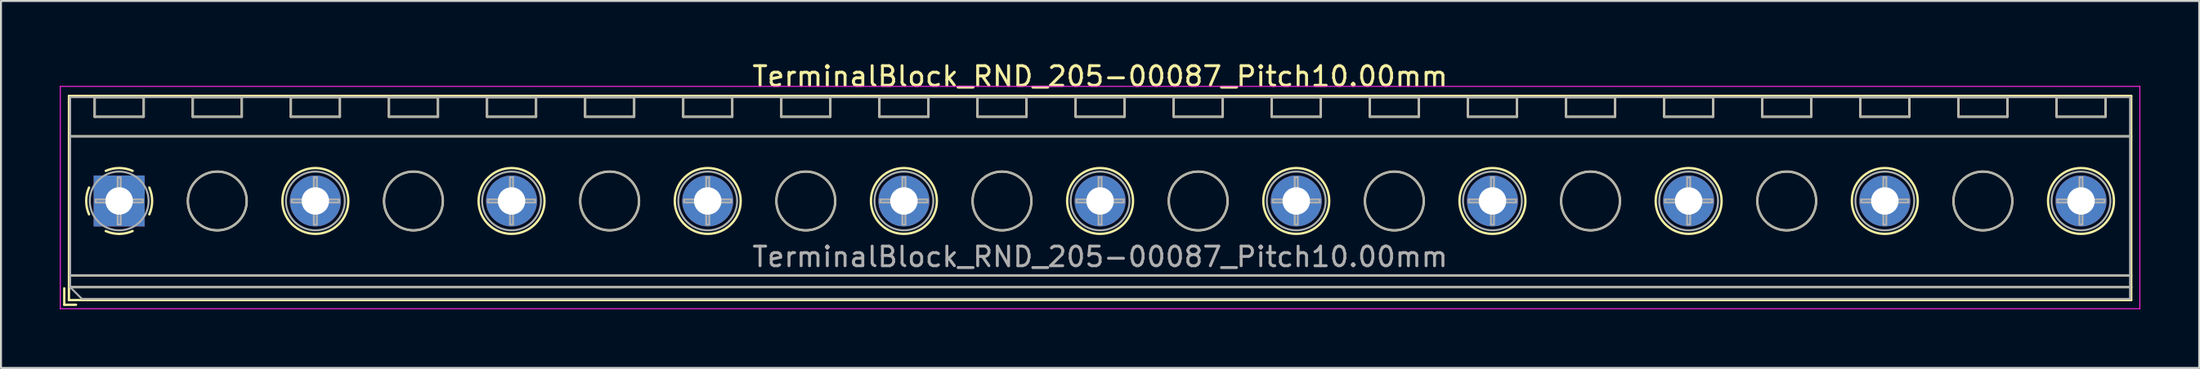
<source format=kicad_pcb>
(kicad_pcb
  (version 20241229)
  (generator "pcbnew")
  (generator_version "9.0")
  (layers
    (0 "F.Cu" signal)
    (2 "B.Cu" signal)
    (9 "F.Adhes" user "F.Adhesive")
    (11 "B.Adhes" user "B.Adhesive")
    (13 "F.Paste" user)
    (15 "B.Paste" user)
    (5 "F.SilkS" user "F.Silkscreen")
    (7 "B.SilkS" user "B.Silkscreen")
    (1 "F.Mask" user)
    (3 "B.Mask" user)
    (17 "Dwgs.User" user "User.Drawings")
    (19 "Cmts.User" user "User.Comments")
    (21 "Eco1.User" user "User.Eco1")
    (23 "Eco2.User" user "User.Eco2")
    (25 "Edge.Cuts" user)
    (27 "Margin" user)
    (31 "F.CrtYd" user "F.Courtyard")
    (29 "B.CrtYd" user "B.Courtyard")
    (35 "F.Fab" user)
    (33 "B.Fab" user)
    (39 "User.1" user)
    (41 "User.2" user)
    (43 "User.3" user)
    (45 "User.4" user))
  (footprint "TerminalBlock_RND_205-00087_Pitch10.00mm"
    (layer "F.Cu")
    (at 3.025 7.208)
    (property "Reference" "TerminalBlock_RND_205-00087_Pitch10.00mm" (at 50 -6.36 0) (layer "F.SilkS") (effects (font (size 1 1) (thickness 0.15))))
    (attr through_hole)
    (fp_line (start -2.8 4.46) (end -2.8 5.3) (stroke (width 0.12) (type solid)) (layer "F.SilkS"))
    (fp_line (start -2.8 5.3) (end -2.2 5.3) (stroke (width 0.12) (type solid)) (layer "F.SilkS"))
    (fp_line (start -2.56 -5.36) (end -2.56 5.06) (stroke (width 0.12) (type solid)) (layer "F.SilkS"))
    (fp_line (start -2.56 -3.3) (end 102.56 -3.3) (stroke (width 0.12) (type solid)) (layer "F.SilkS"))
    (fp_line (start -2.56 3.8) (end 102.56 3.8) (stroke (width 0.12) (type solid)) (layer "F.SilkS"))
    (fp_line (start -2.56 4.4) (end 102.56 4.4) (stroke (width 0.12) (type solid)) (layer "F.SilkS"))
    (fp_line (start -2.56 5.06) (end 102.56 5.06) (stroke (width 0.12) (type solid)) (layer "F.SilkS"))
    (fp_line (start -1.25 -5.301) (end -1.25 -4.301) (stroke (width 0.12) (type solid)) (layer "F.SilkS"))
    (fp_line (start -1.25 -5.301) (end 1.25 -5.301) (stroke (width 0.12) (type solid)) (layer "F.SilkS"))
    (fp_line (start -1.25 -4.301) (end 1.25 -4.301) (stroke (width 0.12) (type solid)) (layer "F.SilkS"))
    (fp_line (start 1.25 -5.301) (end 1.25 -4.301) (stroke (width 0.12) (type solid)) (layer "F.SilkS"))
    (fp_line (start 3.75 -5.301) (end 3.75 -4.301) (stroke (width 0.12) (type solid)) (layer "F.SilkS"))
    (fp_line (start 3.75 -5.301) (end 6.25 -5.301) (stroke (width 0.12) (type solid)) (layer "F.SilkS"))
    (fp_line (start 3.75 -4.301) (end 6.25 -4.301) (stroke (width 0.12) (type solid)) (layer "F.SilkS"))
    (fp_line (start 6.25 -5.301) (end 6.25 -4.301) (stroke (width 0.12) (type solid)) (layer "F.SilkS"))
    (fp_line (start 8.75 -5.301) (end 8.75 -4.301) (stroke (width 0.12) (type solid)) (layer "F.SilkS"))
    (fp_line (start 8.75 -5.301) (end 11.25 -5.301) (stroke (width 0.12) (type solid)) (layer "F.SilkS"))
    (fp_line (start 8.75 -4.301) (end 11.25 -4.301) (stroke (width 0.12) (type solid)) (layer "F.SilkS"))
    (fp_line (start 11.25 -5.301) (end 11.25 -4.301) (stroke (width 0.12) (type solid)) (layer "F.SilkS"))
    (fp_line (start 13.75 -5.301) (end 13.75 -4.301) (stroke (width 0.12) (type solid)) (layer "F.SilkS"))
    (fp_line (start 13.75 -5.301) (end 16.25 -5.301) (stroke (width 0.12) (type solid)) (layer "F.SilkS"))
    (fp_line (start 13.75 -4.301) (end 16.25 -4.301) (stroke (width 0.12) (type solid)) (layer "F.SilkS"))
    (fp_line (start 16.25 -5.301) (end 16.25 -4.301) (stroke (width 0.12) (type solid)) (layer "F.SilkS"))
    (fp_line (start 18.75 -5.301) (end 18.75 -4.301) (stroke (width 0.12) (type solid)) (layer "F.SilkS"))
    (fp_line (start 18.75 -5.301) (end 21.25 -5.301) (stroke (width 0.12) (type solid)) (layer "F.SilkS"))
    (fp_line (start 18.75 -4.301) (end 21.25 -4.301) (stroke (width 0.12) (type solid)) (layer "F.SilkS"))
    (fp_line (start 21.25 -5.301) (end 21.25 -4.301) (stroke (width 0.12) (type solid)) (layer "F.SilkS"))
    (fp_line (start 23.75 -5.301) (end 23.75 -4.301) (stroke (width 0.12) (type solid)) (layer "F.SilkS"))
    (fp_line (start 23.75 -5.301) (end 26.25 -5.301) (stroke (width 0.12) (type solid)) (layer "F.SilkS"))
    (fp_line (start 23.75 -4.301) (end 26.25 -4.301) (stroke (width 0.12) (type solid)) (layer "F.SilkS"))
    (fp_line (start 26.25 -5.301) (end 26.25 -4.301) (stroke (width 0.12) (type solid)) (layer "F.SilkS"))
    (fp_line (start 28.75 -5.301) (end 28.75 -4.301) (stroke (width 0.12) (type solid)) (layer "F.SilkS"))
    (fp_line (start 28.75 -5.301) (end 31.25 -5.301) (stroke (width 0.12) (type solid)) (layer "F.SilkS"))
    (fp_line (start 28.75 -4.301) (end 31.25 -4.301) (stroke (width 0.12) (type solid)) (layer "F.SilkS"))
    (fp_line (start 31.25 -5.301) (end 31.25 -4.301) (stroke (width 0.12) (type solid)) (layer "F.SilkS"))
    (fp_line (start 33.75 -5.301) (end 33.75 -4.301) (stroke (width 0.12) (type solid)) (layer "F.SilkS"))
    (fp_line (start 33.75 -5.301) (end 36.25 -5.301) (stroke (width 0.12) (type solid)) (layer "F.SilkS"))
    (fp_line (start 33.75 -4.301) (end 36.25 -4.301) (stroke (width 0.12) (type solid)) (layer "F.SilkS"))
    (fp_line (start 36.25 -5.301) (end 36.25 -4.301) (stroke (width 0.12) (type solid)) (layer "F.SilkS"))
    (fp_line (start 38.75 -5.301) (end 38.75 -4.301) (stroke (width 0.12) (type solid)) (layer "F.SilkS"))
    (fp_line (start 38.75 -5.301) (end 41.25 -5.301) (stroke (width 0.12) (type solid)) (layer "F.SilkS"))
    (fp_line (start 38.75 -4.301) (end 41.25 -4.301) (stroke (width 0.12) (type solid)) (layer "F.SilkS"))
    (fp_line (start 41.25 -5.301) (end 41.25 -4.301) (stroke (width 0.12) (type solid)) (layer "F.SilkS"))
    (fp_line (start 43.75 -5.301) (end 43.75 -4.301) (stroke (width 0.12) (type solid)) (layer "F.SilkS"))
    (fp_line (start 43.75 -5.301) (end 46.25 -5.301) (stroke (width 0.12) (type solid)) (layer "F.SilkS"))
    (fp_line (start 43.75 -4.301) (end 46.25 -4.301) (stroke (width 0.12) (type solid)) (layer "F.SilkS"))
    (fp_line (start 46.25 -5.301) (end 46.25 -4.301) (stroke (width 0.12) (type solid)) (layer "F.SilkS"))
    (fp_line (start 48.75 -5.301) (end 48.75 -4.301) (stroke (width 0.12) (type solid)) (layer "F.SilkS"))
    (fp_line (start 48.75 -5.301) (end 51.25 -5.301) (stroke (width 0.12) (type solid)) (layer "F.SilkS"))
    (fp_line (start 48.75 -4.301) (end 51.25 -4.301) (stroke (width 0.12) (type solid)) (layer "F.SilkS"))
    (fp_line (start 51.25 -5.301) (end 51.25 -4.301) (stroke (width 0.12) (type solid)) (layer "F.SilkS"))
    (fp_line (start 53.75 -5.301) (end 53.75 -4.301) (stroke (width 0.12) (type solid)) (layer "F.SilkS"))
    (fp_line (start 53.75 -5.301) (end 56.25 -5.301) (stroke (width 0.12) (type solid)) (layer "F.SilkS"))
    (fp_line (start 53.75 -4.301) (end 56.25 -4.301) (stroke (width 0.12) (type solid)) (layer "F.SilkS"))
    (fp_line (start 56.25 -5.301) (end 56.25 -4.301) (stroke (width 0.12) (type solid)) (layer "F.SilkS"))
    (fp_line (start 58.75 -5.301) (end 58.75 -4.301) (stroke (width 0.12) (type solid)) (layer "F.SilkS"))
    (fp_line (start 58.75 -5.301) (end 61.25 -5.301) (stroke (width 0.12) (type solid)) (layer "F.SilkS"))
    (fp_line (start 58.75 -4.301) (end 61.25 -4.301) (stroke (width 0.12) (type solid)) (layer "F.SilkS"))
    (fp_line (start 61.25 -5.301) (end 61.25 -4.301) (stroke (width 0.12) (type solid)) (layer "F.SilkS"))
    (fp_line (start 63.75 -5.301) (end 63.75 -4.301) (stroke (width 0.12) (type solid)) (layer "F.SilkS"))
    (fp_line (start 63.75 -5.301) (end 66.25 -5.301) (stroke (width 0.12) (type solid)) (layer "F.SilkS"))
    (fp_line (start 63.75 -4.301) (end 66.25 -4.301) (stroke (width 0.12) (type solid)) (layer "F.SilkS"))
    (fp_line (start 66.25 -5.301) (end 66.25 -4.301) (stroke (width 0.12) (type solid)) (layer "F.SilkS"))
    (fp_line (start 68.75 -5.301) (end 68.75 -4.301) (stroke (width 0.12) (type solid)) (layer "F.SilkS"))
    (fp_line (start 68.75 -5.301) (end 71.25 -5.301) (stroke (width 0.12) (type solid)) (layer "F.SilkS"))
    (fp_line (start 68.75 -4.301) (end 71.25 -4.301) (stroke (width 0.12) (type solid)) (layer "F.SilkS"))
    (fp_line (start 71.25 -5.301) (end 71.25 -4.301) (stroke (width 0.12) (type solid)) (layer "F.SilkS"))
    (fp_line (start 73.75 -5.301) (end 73.75 -4.301) (stroke (width 0.12) (type solid)) (layer "F.SilkS"))
    (fp_line (start 73.75 -5.301) (end 76.25 -5.301) (stroke (width 0.12) (type solid)) (layer "F.SilkS"))
    (fp_line (start 73.75 -4.301) (end 76.25 -4.301) (stroke (width 0.12) (type solid)) (layer "F.SilkS"))
    (fp_line (start 76.25 -5.301) (end 76.25 -4.301) (stroke (width 0.12) (type solid)) (layer "F.SilkS"))
    (fp_line (start 78.75 -5.301) (end 78.75 -4.301) (stroke (width 0.12) (type solid)) (layer "F.SilkS"))
    (fp_line (start 78.75 -5.301) (end 81.25 -5.301) (stroke (width 0.12) (type solid)) (layer "F.SilkS"))
    (fp_line (start 78.75 -4.301) (end 81.25 -4.301) (stroke (width 0.12) (type solid)) (layer "F.SilkS"))
    (fp_line (start 81.25 -5.301) (end 81.25 -4.301) (stroke (width 0.12) (type solid)) (layer "F.SilkS"))
    (fp_line (start 83.75 -5.301) (end 83.75 -4.301) (stroke (width 0.12) (type solid)) (layer "F.SilkS"))
    (fp_line (start 83.75 -5.301) (end 86.25 -5.301) (stroke (width 0.12) (type solid)) (layer "F.SilkS"))
    (fp_line (start 83.75 -4.301) (end 86.25 -4.301) (stroke (width 0.12) (type solid)) (layer "F.SilkS"))
    (fp_line (start 86.25 -5.301) (end 86.25 -4.301) (stroke (width 0.12) (type solid)) (layer "F.SilkS"))
    (fp_line (start 88.75 -5.301) (end 88.75 -4.301) (stroke (width 0.12) (type solid)) (layer "F.SilkS"))
    (fp_line (start 88.75 -5.301) (end 91.25 -5.301) (stroke (width 0.12) (type solid)) (layer "F.SilkS"))
    (fp_line (start 88.75 -4.301) (end 91.25 -4.301) (stroke (width 0.12) (type solid)) (layer "F.SilkS"))
    (fp_line (start 91.25 -5.301) (end 91.25 -4.301) (stroke (width 0.12) (type solid)) (layer "F.SilkS"))
    (fp_line (start 93.75 -5.301) (end 93.75 -4.301) (stroke (width 0.12) (type solid)) (layer "F.SilkS"))
    (fp_line (start 93.75 -5.301) (end 96.25 -5.301) (stroke (width 0.12) (type solid)) (layer "F.SilkS"))
    (fp_line (start 93.75 -4.301) (end 96.25 -4.301) (stroke (width 0.12) (type solid)) (layer "F.SilkS"))
    (fp_line (start 96.25 -5.301) (end 96.25 -4.301) (stroke (width 0.12) (type solid)) (layer "F.SilkS"))
    (fp_line (start 98.75 -5.301) (end 98.75 -4.301) (stroke (width 0.12) (type solid)) (layer "F.SilkS"))
    (fp_line (start 98.75 -5.301) (end 101.25 -5.301) (stroke (width 0.12) (type solid)) (layer "F.SilkS"))
    (fp_line (start 98.75 -4.301) (end 101.25 -4.301) (stroke (width 0.12) (type solid)) (layer "F.SilkS"))
    (fp_line (start 101.25 -5.301) (end 101.25 -4.301) (stroke (width 0.12) (type solid)) (layer "F.SilkS"))
    (fp_line (start 102.56 -5.36) (end -2.56 -5.36) (stroke (width 0.12) (type solid)) (layer "F.SilkS"))
    (fp_line (start 102.56 5.06) (end 102.56 -5.36) (stroke (width 0.12) (type solid)) (layer "F.SilkS"))
    (fp_arc (start -1.535427 0.683042) (mid -1.680501 -0.000524) (end -1.535 -0.684) (stroke (width 0.12) (type solid)) (layer "F.SilkS"))
    (fp_arc (start -0.683042 -1.535427) (mid 0.000524 -1.680501) (end 0.684 -1.535) (stroke (width 0.12) (type solid)) (layer "F.SilkS"))
    (fp_arc (start 0.028805 1.680253) (mid -0.335551 1.646659) (end -0.684 1.535) (stroke (width 0.12) (type solid)) (layer "F.SilkS"))
    (fp_arc (start 0.683318 1.534756) (mid 0.349292 1.643288) (end 0 1.68) (stroke (width 0.12) (type solid)) (layer "F.SilkS"))
    (fp_arc (start 1.535427 -0.683042) (mid 1.680501 0.000524) (end 1.535 0.684) (stroke (width 0.12) (type solid)) (layer "F.SilkS"))
    (fp_circle (center 5 0) (end 6.5 0) (stroke (width 0.12) (type solid)) (fill no) (layer "F.SilkS"))
    (fp_circle (center 10 0) (end 11.68 0) (stroke (width 0.12) (type solid)) (fill no) (layer "F.SilkS"))
    (fp_circle (center 15 0) (end 16.5 0) (stroke (width 0.12) (type solid)) (fill no) (layer "F.SilkS"))
    (fp_circle (center 20 0) (end 21.68 0) (stroke (width 0.12) (type solid)) (fill no) (layer "F.SilkS"))
    (fp_circle (center 25 0) (end 26.5 0) (stroke (width 0.12) (type solid)) (fill no) (layer "F.SilkS"))
    (fp_circle (center 30 0) (end 31.68 0) (stroke (width 0.12) (type solid)) (fill no) (layer "F.SilkS"))
    (fp_circle (center 35 0) (end 36.5 0) (stroke (width 0.12) (type solid)) (fill no) (layer "F.SilkS"))
    (fp_circle (center 40 0) (end 41.68 0) (stroke (width 0.12) (type solid)) (fill no) (layer "F.SilkS"))
    (fp_circle (center 45 0) (end 46.5 0) (stroke (width 0.12) (type solid)) (fill no) (layer "F.SilkS"))
    (fp_circle (center 50 0) (end 51.68 0) (stroke (width 0.12) (type solid)) (fill no) (layer "F.SilkS"))
    (fp_circle (center 55 0) (end 56.5 0) (stroke (width 0.12) (type solid)) (fill no) (layer "F.SilkS"))
    (fp_circle (center 60 0) (end 61.68 0) (stroke (width 0.12) (type solid)) (fill no) (layer "F.SilkS"))
    (fp_circle (center 65 0) (end 66.5 0) (stroke (width 0.12) (type solid)) (fill no) (layer "F.SilkS"))
    (fp_circle (center 70 0) (end 71.68 0) (stroke (width 0.12) (type solid)) (fill no) (layer "F.SilkS"))
    (fp_circle (center 75 0) (end 76.5 0) (stroke (width 0.12) (type solid)) (fill no) (layer "F.SilkS"))
    (fp_circle (center 80 0) (end 81.68 0) (stroke (width 0.12) (type solid)) (fill no) (layer "F.SilkS"))
    (fp_circle (center 85 0) (end 86.5 0) (stroke (width 0.12) (type solid)) (fill no) (layer "F.SilkS"))
    (fp_circle (center 90 0) (end 91.68 0) (stroke (width 0.12) (type solid)) (fill no) (layer "F.SilkS"))
    (fp_circle (center 95 0) (end 96.5 0) (stroke (width 0.12) (type solid)) (fill no) (layer "F.SilkS"))
    (fp_circle (center 100 0) (end 101.68 0) (stroke (width 0.12) (type solid)) (fill no) (layer "F.SilkS"))
    (fp_line (start -3 -5.85) (end -3 5.5) (stroke (width 0.05) (type solid)) (layer "F.CrtYd"))
    (fp_line (start -3 5.5) (end 103 5.5) (stroke (width 0.05) (type solid)) (layer "F.CrtYd"))
    (fp_line (start 103 -5.85) (end -3 -5.85) (stroke (width 0.05) (type solid)) (layer "F.CrtYd"))
    (fp_line (start 103 5.5) (end 103 -5.85) (stroke (width 0.05) (type solid)) (layer "F.CrtYd"))
    (fp_line (start -2.5 -5.3) (end 102.5 -5.3) (stroke (width 0.1) (type solid)) (layer "F.Fab"))
    (fp_line (start -2.5 -3.3) (end 102.5 -3.3) (stroke (width 0.1) (type solid)) (layer "F.Fab"))
    (fp_line (start -2.5 3.8) (end 102.5 3.8) (stroke (width 0.1) (type solid)) (layer "F.Fab"))
    (fp_line (start -2.5 4.4) (end -2.5 -5.3) (stroke (width 0.1) (type solid)) (layer "F.Fab"))
    (fp_line (start -2.5 4.4) (end 102.5 4.4) (stroke (width 0.1) (type solid)) (layer "F.Fab"))
    (fp_line (start -1.9 5) (end -2.5 4.4) (stroke (width 0.1) (type solid)) (layer "F.Fab"))
    (fp_line (start -1.25 -5.3) (end -1.25 -4.3) (stroke (width 0.1) (type solid)) (layer "F.Fab"))
    (fp_line (start -1.25 -4.3) (end 1.25 -4.3) (stroke (width 0.1) (type solid)) (layer "F.Fab"))
    (fp_line (start -1.201 -0.076) (end -0.076 -0.076) (stroke (width 0.1) (type solid)) (layer "F.Fab"))
    (fp_line (start -1.201 0.076) (end -1.201 -0.076) (stroke (width 0.1) (type solid)) (layer "F.Fab"))
    (fp_line (start -0.076 -1.201) (end 0.076 -1.201) (stroke (width 0.1) (type solid)) (layer "F.Fab"))
    (fp_line (start -0.076 -0.076) (end -0.076 -1.201) (stroke (width 0.1) (type solid)) (layer "F.Fab"))
    (fp_line (start -0.076 0.076) (end -1.201 0.076) (stroke (width 0.1) (type solid)) (layer "F.Fab"))
    (fp_line (start -0.076 1.201) (end -0.076 0.076) (stroke (width 0.1) (type solid)) (layer "F.Fab"))
    (fp_line (start 0.076 -1.201) (end 0.076 -0.076) (stroke (width 0.1) (type solid)) (layer "F.Fab"))
    (fp_line (start 0.076 -0.076) (end 1.201 -0.076) (stroke (width 0.1) (type solid)) (layer "F.Fab"))
    (fp_line (start 0.076 0.076) (end 0.076 1.201) (stroke (width 0.1) (type solid)) (layer "F.Fab"))
    (fp_line (start 0.076 1.201) (end -0.076 1.201) (stroke (width 0.1) (type solid)) (layer "F.Fab"))
    (fp_line (start 1.201 -0.076) (end 1.201 0.076) (stroke (width 0.1) (type solid)) (layer "F.Fab"))
    (fp_line (start 1.201 0.076) (end 0.076 0.076) (stroke (width 0.1) (type solid)) (layer "F.Fab"))
    (fp_line (start 1.25 -5.3) (end -1.25 -5.3) (stroke (width 0.1) (type solid)) (layer "F.Fab"))
    (fp_line (start 1.25 -4.3) (end 1.25 -5.3) (stroke (width 0.1) (type solid)) (layer "F.Fab"))
    (fp_line (start 3.75 -5.3) (end 3.75 -4.3) (stroke (width 0.1) (type solid)) (layer "F.Fab"))
    (fp_line (start 3.75 -4.3) (end 6.25 -4.3) (stroke (width 0.1) (type solid)) (layer "F.Fab"))
    (fp_line (start 6.25 -5.3) (end 3.75 -5.3) (stroke (width 0.1) (type solid)) (layer "F.Fab"))
    (fp_line (start 6.25 -4.3) (end 6.25 -5.3) (stroke (width 0.1) (type solid)) (layer "F.Fab"))
    (fp_line (start 8.75 -5.3) (end 8.75 -4.3) (stroke (width 0.1) (type solid)) (layer "F.Fab"))
    (fp_line (start 8.75 -4.3) (end 11.25 -4.3) (stroke (width 0.1) (type solid)) (layer "F.Fab"))
    (fp_line (start 8.799 -0.076) (end 9.924 -0.076) (stroke (width 0.1) (type solid)) (layer "F.Fab"))
    (fp_line (start 8.799 0.076) (end 8.799 -0.076) (stroke (width 0.1) (type solid)) (layer "F.Fab"))
    (fp_line (start 9.924 -1.201) (end 10.076 -1.201) (stroke (width 0.1) (type solid)) (layer "F.Fab"))
    (fp_line (start 9.924 -0.076) (end 9.924 -1.201) (stroke (width 0.1) (type solid)) (layer "F.Fab"))
    (fp_line (start 9.924 0.076) (end 8.799 0.076) (stroke (width 0.1) (type solid)) (layer "F.Fab"))
    (fp_line (start 9.924 1.201) (end 9.924 0.076) (stroke (width 0.1) (type solid)) (layer "F.Fab"))
    (fp_line (start 10.076 -1.201) (end 10.076 -0.076) (stroke (width 0.1) (type solid)) (layer "F.Fab"))
    (fp_line (start 10.076 -0.076) (end 11.201 -0.076) (stroke (width 0.1) (type solid)) (layer "F.Fab"))
    (fp_line (start 10.076 0.076) (end 10.076 1.201) (stroke (width 0.1) (type solid)) (layer "F.Fab"))
    (fp_line (start 10.076 1.201) (end 9.924 1.201) (stroke (width 0.1) (type solid)) (layer "F.Fab"))
    (fp_line (start 11.201 -0.076) (end 11.201 0.076) (stroke (width 0.1) (type solid)) (layer "F.Fab"))
    (fp_line (start 11.201 0.076) (end 10.076 0.076) (stroke (width 0.1) (type solid)) (layer "F.Fab"))
    (fp_line (start 11.25 -5.3) (end 8.75 -5.3) (stroke (width 0.1) (type solid)) (layer "F.Fab"))
    (fp_line (start 11.25 -4.3) (end 11.25 -5.3) (stroke (width 0.1) (type solid)) (layer "F.Fab"))
    (fp_line (start 13.75 -5.3) (end 13.75 -4.3) (stroke (width 0.1) (type solid)) (layer "F.Fab"))
    (fp_line (start 13.75 -4.3) (end 16.25 -4.3) (stroke (width 0.1) (type solid)) (layer "F.Fab"))
    (fp_line (start 16.25 -5.3) (end 13.75 -5.3) (stroke (width 0.1) (type solid)) (layer "F.Fab"))
    (fp_line (start 16.25 -4.3) (end 16.25 -5.3) (stroke (width 0.1) (type solid)) (layer "F.Fab"))
    (fp_line (start 18.75 -5.3) (end 18.75 -4.3) (stroke (width 0.1) (type solid)) (layer "F.Fab"))
    (fp_line (start 18.75 -4.3) (end 21.25 -4.3) (stroke (width 0.1) (type solid)) (layer "F.Fab"))
    (fp_line (start 18.799 -0.076) (end 19.924 -0.076) (stroke (width 0.1) (type solid)) (layer "F.Fab"))
    (fp_line (start 18.799 0.076) (end 18.799 -0.076) (stroke (width 0.1) (type solid)) (layer "F.Fab"))
    (fp_line (start 19.924 -1.201) (end 20.076 -1.201) (stroke (width 0.1) (type solid)) (layer "F.Fab"))
    (fp_line (start 19.924 -0.076) (end 19.924 -1.201) (stroke (width 0.1) (type solid)) (layer "F.Fab"))
    (fp_line (start 19.924 0.076) (end 18.799 0.076) (stroke (width 0.1) (type solid)) (layer "F.Fab"))
    (fp_line (start 19.924 1.201) (end 19.924 0.076) (stroke (width 0.1) (type solid)) (layer "F.Fab"))
    (fp_line (start 20.076 -1.201) (end 20.076 -0.076) (stroke (width 0.1) (type solid)) (layer "F.Fab"))
    (fp_line (start 20.076 -0.076) (end 21.201 -0.076) (stroke (width 0.1) (type solid)) (layer "F.Fab"))
    (fp_line (start 20.076 0.076) (end 20.076 1.201) (stroke (width 0.1) (type solid)) (layer "F.Fab"))
    (fp_line (start 20.076 1.201) (end 19.924 1.201) (stroke (width 0.1) (type solid)) (layer "F.Fab"))
    (fp_line (start 21.201 -0.076) (end 21.201 0.076) (stroke (width 0.1) (type solid)) (layer "F.Fab"))
    (fp_line (start 21.201 0.076) (end 20.076 0.076) (stroke (width 0.1) (type solid)) (layer "F.Fab"))
    (fp_line (start 21.25 -5.3) (end 18.75 -5.3) (stroke (width 0.1) (type solid)) (layer "F.Fab"))
    (fp_line (start 21.25 -4.3) (end 21.25 -5.3) (stroke (width 0.1) (type solid)) (layer "F.Fab"))
    (fp_line (start 23.75 -5.3) (end 23.75 -4.3) (stroke (width 0.1) (type solid)) (layer "F.Fab"))
    (fp_line (start 23.75 -4.3) (end 26.25 -4.3) (stroke (width 0.1) (type solid)) (layer "F.Fab"))
    (fp_line (start 26.25 -5.3) (end 23.75 -5.3) (stroke (width 0.1) (type solid)) (layer "F.Fab"))
    (fp_line (start 26.25 -4.3) (end 26.25 -5.3) (stroke (width 0.1) (type solid)) (layer "F.Fab"))
    (fp_line (start 28.75 -5.3) (end 28.75 -4.3) (stroke (width 0.1) (type solid)) (layer "F.Fab"))
    (fp_line (start 28.75 -4.3) (end 31.25 -4.3) (stroke (width 0.1) (type solid)) (layer "F.Fab"))
    (fp_line (start 28.799 -0.076) (end 29.924 -0.076) (stroke (width 0.1) (type solid)) (layer "F.Fab"))
    (fp_line (start 28.799 0.076) (end 28.799 -0.076) (stroke (width 0.1) (type solid)) (layer "F.Fab"))
    (fp_line (start 29.924 -1.201) (end 30.076 -1.201) (stroke (width 0.1) (type solid)) (layer "F.Fab"))
    (fp_line (start 29.924 -0.076) (end 29.924 -1.201) (stroke (width 0.1) (type solid)) (layer "F.Fab"))
    (fp_line (start 29.924 0.076) (end 28.799 0.076) (stroke (width 0.1) (type solid)) (layer "F.Fab"))
    (fp_line (start 29.924 1.201) (end 29.924 0.076) (stroke (width 0.1) (type solid)) (layer "F.Fab"))
    (fp_line (start 30.076 -1.201) (end 30.076 -0.076) (stroke (width 0.1) (type solid)) (layer "F.Fab"))
    (fp_line (start 30.076 -0.076) (end 31.201 -0.076) (stroke (width 0.1) (type solid)) (layer "F.Fab"))
    (fp_line (start 30.076 0.076) (end 30.076 1.201) (stroke (width 0.1) (type solid)) (layer "F.Fab"))
    (fp_line (start 30.076 1.201) (end 29.924 1.201) (stroke (width 0.1) (type solid)) (layer "F.Fab"))
    (fp_line (start 31.201 -0.076) (end 31.201 0.076) (stroke (width 0.1) (type solid)) (layer "F.Fab"))
    (fp_line (start 31.201 0.076) (end 30.076 0.076) (stroke (width 0.1) (type solid)) (layer "F.Fab"))
    (fp_line (start 31.25 -5.3) (end 28.75 -5.3) (stroke (width 0.1) (type solid)) (layer "F.Fab"))
    (fp_line (start 31.25 -4.3) (end 31.25 -5.3) (stroke (width 0.1) (type solid)) (layer "F.Fab"))
    (fp_line (start 33.75 -5.3) (end 33.75 -4.3) (stroke (width 0.1) (type solid)) (layer "F.Fab"))
    (fp_line (start 33.75 -4.3) (end 36.25 -4.3) (stroke (width 0.1) (type solid)) (layer "F.Fab"))
    (fp_line (start 36.25 -5.3) (end 33.75 -5.3) (stroke (width 0.1) (type solid)) (layer "F.Fab"))
    (fp_line (start 36.25 -4.3) (end 36.25 -5.3) (stroke (width 0.1) (type solid)) (layer "F.Fab"))
    (fp_line (start 38.75 -5.3) (end 38.75 -4.3) (stroke (width 0.1) (type solid)) (layer "F.Fab"))
    (fp_line (start 38.75 -4.3) (end 41.25 -4.3) (stroke (width 0.1) (type solid)) (layer "F.Fab"))
    (fp_line (start 38.799 -0.076) (end 39.924 -0.076) (stroke (width 0.1) (type solid)) (layer "F.Fab"))
    (fp_line (start 38.799 0.076) (end 38.799 -0.076) (stroke (width 0.1) (type solid)) (layer "F.Fab"))
    (fp_line (start 39.924 -1.201) (end 40.076 -1.201) (stroke (width 0.1) (type solid)) (layer "F.Fab"))
    (fp_line (start 39.924 -0.076) (end 39.924 -1.201) (stroke (width 0.1) (type solid)) (layer "F.Fab"))
    (fp_line (start 39.924 0.076) (end 38.799 0.076) (stroke (width 0.1) (type solid)) (layer "F.Fab"))
    (fp_line (start 39.924 1.201) (end 39.924 0.076) (stroke (width 0.1) (type solid)) (layer "F.Fab"))
    (fp_line (start 40.076 -1.201) (end 40.076 -0.076) (stroke (width 0.1) (type solid)) (layer "F.Fab"))
    (fp_line (start 40.076 -0.076) (end 41.201 -0.076) (stroke (width 0.1) (type solid)) (layer "F.Fab"))
    (fp_line (start 40.076 0.076) (end 40.076 1.201) (stroke (width 0.1) (type solid)) (layer "F.Fab"))
    (fp_line (start 40.076 1.201) (end 39.924 1.201) (stroke (width 0.1) (type solid)) (layer "F.Fab"))
    (fp_line (start 41.201 -0.076) (end 41.201 0.076) (stroke (width 0.1) (type solid)) (layer "F.Fab"))
    (fp_line (start 41.201 0.076) (end 40.076 0.076) (stroke (width 0.1) (type solid)) (layer "F.Fab"))
    (fp_line (start 41.25 -5.3) (end 38.75 -5.3) (stroke (width 0.1) (type solid)) (layer "F.Fab"))
    (fp_line (start 41.25 -4.3) (end 41.25 -5.3) (stroke (width 0.1) (type solid)) (layer "F.Fab"))
    (fp_line (start 43.75 -5.3) (end 43.75 -4.3) (stroke (width 0.1) (type solid)) (layer "F.Fab"))
    (fp_line (start 43.75 -4.3) (end 46.25 -4.3) (stroke (width 0.1) (type solid)) (layer "F.Fab"))
    (fp_line (start 46.25 -5.3) (end 43.75 -5.3) (stroke (width 0.1) (type solid)) (layer "F.Fab"))
    (fp_line (start 46.25 -4.3) (end 46.25 -5.3) (stroke (width 0.1) (type solid)) (layer "F.Fab"))
    (fp_line (start 48.75 -5.3) (end 48.75 -4.3) (stroke (width 0.1) (type solid)) (layer "F.Fab"))
    (fp_line (start 48.75 -4.3) (end 51.25 -4.3) (stroke (width 0.1) (type solid)) (layer "F.Fab"))
    (fp_line (start 48.799 -0.076) (end 49.924 -0.076) (stroke (width 0.1) (type solid)) (layer "F.Fab"))
    (fp_line (start 48.799 0.076) (end 48.799 -0.076) (stroke (width 0.1) (type solid)) (layer "F.Fab"))
    (fp_line (start 49.924 -1.201) (end 50.076 -1.201) (stroke (width 0.1) (type solid)) (layer "F.Fab"))
    (fp_line (start 49.924 -0.076) (end 49.924 -1.201) (stroke (width 0.1) (type solid)) (layer "F.Fab"))
    (fp_line (start 49.924 0.076) (end 48.799 0.076) (stroke (width 0.1) (type solid)) (layer "F.Fab"))
    (fp_line (start 49.924 1.201) (end 49.924 0.076) (stroke (width 0.1) (type solid)) (layer "F.Fab"))
    (fp_line (start 50.076 -1.201) (end 50.076 -0.076) (stroke (width 0.1) (type solid)) (layer "F.Fab"))
    (fp_line (start 50.076 -0.076) (end 51.201 -0.076) (stroke (width 0.1) (type solid)) (layer "F.Fab"))
    (fp_line (start 50.076 0.076) (end 50.076 1.201) (stroke (width 0.1) (type solid)) (layer "F.Fab"))
    (fp_line (start 50.076 1.201) (end 49.924 1.201) (stroke (width 0.1) (type solid)) (layer "F.Fab"))
    (fp_line (start 51.201 -0.076) (end 51.201 0.076) (stroke (width 0.1) (type solid)) (layer "F.Fab"))
    (fp_line (start 51.201 0.076) (end 50.076 0.076) (stroke (width 0.1) (type solid)) (layer "F.Fab"))
    (fp_line (start 51.25 -5.3) (end 48.75 -5.3) (stroke (width 0.1) (type solid)) (layer "F.Fab"))
    (fp_line (start 51.25 -4.3) (end 51.25 -5.3) (stroke (width 0.1) (type solid)) (layer "F.Fab"))
    (fp_line (start 53.75 -5.3) (end 53.75 -4.3) (stroke (width 0.1) (type solid)) (layer "F.Fab"))
    (fp_line (start 53.75 -4.3) (end 56.25 -4.3) (stroke (width 0.1) (type solid)) (layer "F.Fab"))
    (fp_line (start 56.25 -5.3) (end 53.75 -5.3) (stroke (width 0.1) (type solid)) (layer "F.Fab"))
    (fp_line (start 56.25 -4.3) (end 56.25 -5.3) (stroke (width 0.1) (type solid)) (layer "F.Fab"))
    (fp_line (start 58.75 -5.3) (end 58.75 -4.3) (stroke (width 0.1) (type solid)) (layer "F.Fab"))
    (fp_line (start 58.75 -4.3) (end 61.25 -4.3) (stroke (width 0.1) (type solid)) (layer "F.Fab"))
    (fp_line (start 58.799 -0.076) (end 59.924 -0.076) (stroke (width 0.1) (type solid)) (layer "F.Fab"))
    (fp_line (start 58.799 0.076) (end 58.799 -0.076) (stroke (width 0.1) (type solid)) (layer "F.Fab"))
    (fp_line (start 59.924 -1.201) (end 60.076 -1.201) (stroke (width 0.1) (type solid)) (layer "F.Fab"))
    (fp_line (start 59.924 -0.076) (end 59.924 -1.201) (stroke (width 0.1) (type solid)) (layer "F.Fab"))
    (fp_line (start 59.924 0.076) (end 58.799 0.076) (stroke (width 0.1) (type solid)) (layer "F.Fab"))
    (fp_line (start 59.924 1.201) (end 59.924 0.076) (stroke (width 0.1) (type solid)) (layer "F.Fab"))
    (fp_line (start 60.076 -1.201) (end 60.076 -0.076) (stroke (width 0.1) (type solid)) (layer "F.Fab"))
    (fp_line (start 60.076 -0.076) (end 61.201 -0.076) (stroke (width 0.1) (type solid)) (layer "F.Fab"))
    (fp_line (start 60.076 0.076) (end 60.076 1.201) (stroke (width 0.1) (type solid)) (layer "F.Fab"))
    (fp_line (start 60.076 1.201) (end 59.924 1.201) (stroke (width 0.1) (type solid)) (layer "F.Fab"))
    (fp_line (start 61.201 -0.076) (end 61.201 0.076) (stroke (width 0.1) (type solid)) (layer "F.Fab"))
    (fp_line (start 61.201 0.076) (end 60.076 0.076) (stroke (width 0.1) (type solid)) (layer "F.Fab"))
    (fp_line (start 61.25 -5.3) (end 58.75 -5.3) (stroke (width 0.1) (type solid)) (layer "F.Fab"))
    (fp_line (start 61.25 -4.3) (end 61.25 -5.3) (stroke (width 0.1) (type solid)) (layer "F.Fab"))
    (fp_line (start 63.75 -5.3) (end 63.75 -4.3) (stroke (width 0.1) (type solid)) (layer "F.Fab"))
    (fp_line (start 63.75 -4.3) (end 66.25 -4.3) (stroke (width 0.1) (type solid)) (layer "F.Fab"))
    (fp_line (start 66.25 -5.3) (end 63.75 -5.3) (stroke (width 0.1) (type solid)) (layer "F.Fab"))
    (fp_line (start 66.25 -4.3) (end 66.25 -5.3) (stroke (width 0.1) (type solid)) (layer "F.Fab"))
    (fp_line (start 68.75 -5.3) (end 68.75 -4.3) (stroke (width 0.1) (type solid)) (layer "F.Fab"))
    (fp_line (start 68.75 -4.3) (end 71.25 -4.3) (stroke (width 0.1) (type solid)) (layer "F.Fab"))
    (fp_line (start 68.799 -0.076) (end 69.924 -0.076) (stroke (width 0.1) (type solid)) (layer "F.Fab"))
    (fp_line (start 68.799 0.076) (end 68.799 -0.076) (stroke (width 0.1) (type solid)) (layer "F.Fab"))
    (fp_line (start 69.924 -1.201) (end 70.076 -1.201) (stroke (width 0.1) (type solid)) (layer "F.Fab"))
    (fp_line (start 69.924 -0.076) (end 69.924 -1.201) (stroke (width 0.1) (type solid)) (layer "F.Fab"))
    (fp_line (start 69.924 0.076) (end 68.799 0.076) (stroke (width 0.1) (type solid)) (layer "F.Fab"))
    (fp_line (start 69.924 1.201) (end 69.924 0.076) (stroke (width 0.1) (type solid)) (layer "F.Fab"))
    (fp_line (start 70.076 -1.201) (end 70.076 -0.076) (stroke (width 0.1) (type solid)) (layer "F.Fab"))
    (fp_line (start 70.076 -0.076) (end 71.201 -0.076) (stroke (width 0.1) (type solid)) (layer "F.Fab"))
    (fp_line (start 70.076 0.076) (end 70.076 1.201) (stroke (width 0.1) (type solid)) (layer "F.Fab"))
    (fp_line (start 70.076 1.201) (end 69.924 1.201) (stroke (width 0.1) (type solid)) (layer "F.Fab"))
    (fp_line (start 71.201 -0.076) (end 71.201 0.076) (stroke (width 0.1) (type solid)) (layer "F.Fab"))
    (fp_line (start 71.201 0.076) (end 70.076 0.076) (stroke (width 0.1) (type solid)) (layer "F.Fab"))
    (fp_line (start 71.25 -5.3) (end 68.75 -5.3) (stroke (width 0.1) (type solid)) (layer "F.Fab"))
    (fp_line (start 71.25 -4.3) (end 71.25 -5.3) (stroke (width 0.1) (type solid)) (layer "F.Fab"))
    (fp_line (start 73.75 -5.3) (end 73.75 -4.3) (stroke (width 0.1) (type solid)) (layer "F.Fab"))
    (fp_line (start 73.75 -4.3) (end 76.25 -4.3) (stroke (width 0.1) (type solid)) (layer "F.Fab"))
    (fp_line (start 76.25 -5.3) (end 73.75 -5.3) (stroke (width 0.1) (type solid)) (layer "F.Fab"))
    (fp_line (start 76.25 -4.3) (end 76.25 -5.3) (stroke (width 0.1) (type solid)) (layer "F.Fab"))
    (fp_line (start 78.75 -5.3) (end 78.75 -4.3) (stroke (width 0.1) (type solid)) (layer "F.Fab"))
    (fp_line (start 78.75 -4.3) (end 81.25 -4.3) (stroke (width 0.1) (type solid)) (layer "F.Fab"))
    (fp_line (start 78.799 -0.076) (end 79.924 -0.076) (stroke (width 0.1) (type solid)) (layer "F.Fab"))
    (fp_line (start 78.799 0.076) (end 78.799 -0.076) (stroke (width 0.1) (type solid)) (layer "F.Fab"))
    (fp_line (start 79.924 -1.201) (end 80.076 -1.201) (stroke (width 0.1) (type solid)) (layer "F.Fab"))
    (fp_line (start 79.924 -0.076) (end 79.924 -1.201) (stroke (width 0.1) (type solid)) (layer "F.Fab"))
    (fp_line (start 79.924 0.076) (end 78.799 0.076) (stroke (width 0.1) (type solid)) (layer "F.Fab"))
    (fp_line (start 79.924 1.201) (end 79.924 0.076) (stroke (width 0.1) (type solid)) (layer "F.Fab"))
    (fp_line (start 80.076 -1.201) (end 80.076 -0.076) (stroke (width 0.1) (type solid)) (layer "F.Fab"))
    (fp_line (start 80.076 -0.076) (end 81.201 -0.076) (stroke (width 0.1) (type solid)) (layer "F.Fab"))
    (fp_line (start 80.076 0.076) (end 80.076 1.201) (stroke (width 0.1) (type solid)) (layer "F.Fab"))
    (fp_line (start 80.076 1.201) (end 79.924 1.201) (stroke (width 0.1) (type solid)) (layer "F.Fab"))
    (fp_line (start 81.201 -0.076) (end 81.201 0.076) (stroke (width 0.1) (type solid)) (layer "F.Fab"))
    (fp_line (start 81.201 0.076) (end 80.076 0.076) (stroke (width 0.1) (type solid)) (layer "F.Fab"))
    (fp_line (start 81.25 -5.3) (end 78.75 -5.3) (stroke (width 0.1) (type solid)) (layer "F.Fab"))
    (fp_line (start 81.25 -4.3) (end 81.25 -5.3) (stroke (width 0.1) (type solid)) (layer "F.Fab"))
    (fp_line (start 83.75 -5.3) (end 83.75 -4.3) (stroke (width 0.1) (type solid)) (layer "F.Fab"))
    (fp_line (start 83.75 -4.3) (end 86.25 -4.3) (stroke (width 0.1) (type solid)) (layer "F.Fab"))
    (fp_line (start 86.25 -5.3) (end 83.75 -5.3) (stroke (width 0.1) (type solid)) (layer "F.Fab"))
    (fp_line (start 86.25 -4.3) (end 86.25 -5.3) (stroke (width 0.1) (type solid)) (layer "F.Fab"))
    (fp_line (start 88.75 -5.3) (end 88.75 -4.3) (stroke (width 0.1) (type solid)) (layer "F.Fab"))
    (fp_line (start 88.75 -4.3) (end 91.25 -4.3) (stroke (width 0.1) (type solid)) (layer "F.Fab"))
    (fp_line (start 88.799 -0.076) (end 89.924 -0.076) (stroke (width 0.1) (type solid)) (layer "F.Fab"))
    (fp_line (start 88.799 0.076) (end 88.799 -0.076) (stroke (width 0.1) (type solid)) (layer "F.Fab"))
    (fp_line (start 89.924 -1.201) (end 90.076 -1.201) (stroke (width 0.1) (type solid)) (layer "F.Fab"))
    (fp_line (start 89.924 -0.076) (end 89.924 -1.201) (stroke (width 0.1) (type solid)) (layer "F.Fab"))
    (fp_line (start 89.924 0.076) (end 88.799 0.076) (stroke (width 0.1) (type solid)) (layer "F.Fab"))
    (fp_line (start 89.924 1.201) (end 89.924 0.076) (stroke (width 0.1) (type solid)) (layer "F.Fab"))
    (fp_line (start 90.076 -1.201) (end 90.076 -0.076) (stroke (width 0.1) (type solid)) (layer "F.Fab"))
    (fp_line (start 90.076 -0.076) (end 91.201 -0.076) (stroke (width 0.1) (type solid)) (layer "F.Fab"))
    (fp_line (start 90.076 0.076) (end 90.076 1.201) (stroke (width 0.1) (type solid)) (layer "F.Fab"))
    (fp_line (start 90.076 1.201) (end 89.924 1.201) (stroke (width 0.1) (type solid)) (layer "F.Fab"))
    (fp_line (start 91.201 -0.076) (end 91.201 0.076) (stroke (width 0.1) (type solid)) (layer "F.Fab"))
    (fp_line (start 91.201 0.076) (end 90.076 0.076) (stroke (width 0.1) (type solid)) (layer "F.Fab"))
    (fp_line (start 91.25 -5.3) (end 88.75 -5.3) (stroke (width 0.1) (type solid)) (layer "F.Fab"))
    (fp_line (start 91.25 -4.3) (end 91.25 -5.3) (stroke (width 0.1) (type solid)) (layer "F.Fab"))
    (fp_line (start 93.75 -5.3) (end 93.75 -4.3) (stroke (width 0.1) (type solid)) (layer "F.Fab"))
    (fp_line (start 93.75 -4.3) (end 96.25 -4.3) (stroke (width 0.1) (type solid)) (layer "F.Fab"))
    (fp_line (start 96.25 -5.3) (end 93.75 -5.3) (stroke (width 0.1) (type solid)) (layer "F.Fab"))
    (fp_line (start 96.25 -4.3) (end 96.25 -5.3) (stroke (width 0.1) (type solid)) (layer "F.Fab"))
    (fp_line (start 98.75 -5.3) (end 98.75 -4.3) (stroke (width 0.1) (type solid)) (layer "F.Fab"))
    (fp_line (start 98.75 -4.3) (end 101.25 -4.3) (stroke (width 0.1) (type solid)) (layer "F.Fab"))
    (fp_line (start 98.799 -0.076) (end 99.924 -0.076) (stroke (width 0.1) (type solid)) (layer "F.Fab"))
    (fp_line (start 98.799 0.076) (end 98.799 -0.076) (stroke (width 0.1) (type solid)) (layer "F.Fab"))
    (fp_line (start 99.924 -1.201) (end 100.076 -1.201) (stroke (width 0.1) (type solid)) (layer "F.Fab"))
    (fp_line (start 99.924 -0.076) (end 99.924 -1.201) (stroke (width 0.1) (type solid)) (layer "F.Fab"))
    (fp_line (start 99.924 0.076) (end 98.799 0.076) (stroke (width 0.1) (type solid)) (layer "F.Fab"))
    (fp_line (start 99.924 1.201) (end 99.924 0.076) (stroke (width 0.1) (type solid)) (layer "F.Fab"))
    (fp_line (start 100.076 -1.201) (end 100.076 -0.076) (stroke (width 0.1) (type solid)) (layer "F.Fab"))
    (fp_line (start 100.076 -0.076) (end 101.201 -0.076) (stroke (width 0.1) (type solid)) (layer "F.Fab"))
    (fp_line (start 100.076 0.076) (end 100.076 1.201) (stroke (width 0.1) (type solid)) (layer "F.Fab"))
    (fp_line (start 100.076 1.201) (end 99.924 1.201) (stroke (width 0.1) (type solid)) (layer "F.Fab"))
    (fp_line (start 101.201 -0.076) (end 101.201 0.076) (stroke (width 0.1) (type solid)) (layer "F.Fab"))
    (fp_line (start 101.201 0.076) (end 100.076 0.076) (stroke (width 0.1) (type solid)) (layer "F.Fab"))
    (fp_line (start 101.25 -5.3) (end 98.75 -5.3) (stroke (width 0.1) (type solid)) (layer "F.Fab"))
    (fp_line (start 101.25 -4.3) (end 101.25 -5.3) (stroke (width 0.1) (type solid)) (layer "F.Fab"))
    (fp_line (start 102.5 -5.3) (end 102.5 5) (stroke (width 0.1) (type solid)) (layer "F.Fab"))
    (fp_line (start 102.5 5) (end -1.9 5) (stroke (width 0.1) (type solid)) (layer "F.Fab"))
    (fp_circle (center 0 0) (end 1.5 0) (stroke (width 0.1) (type solid)) (fill no) (layer "F.Fab"))
    (fp_circle (center 5 0) (end 6.5 0) (stroke (width 0.1) (type solid)) (fill no) (layer "F.Fab"))
    (fp_circle (center 10 0) (end 11.5 0) (stroke (width 0.1) (type solid)) (fill no) (layer "F.Fab"))
    (fp_circle (center 15 0) (end 16.5 0) (stroke (width 0.1) (type solid)) (fill no) (layer "F.Fab"))
    (fp_circle (center 20 0) (end 21.5 0) (stroke (width 0.1) (type solid)) (fill no) (layer "F.Fab"))
    (fp_circle (center 25 0) (end 26.5 0) (stroke (width 0.1) (type solid)) (fill no) (layer "F.Fab"))
    (fp_circle (center 30 0) (end 31.5 0) (stroke (width 0.1) (type solid)) (fill no) (layer "F.Fab"))
    (fp_circle (center 35 0) (end 36.5 0) (stroke (width 0.1) (type solid)) (fill no) (layer "F.Fab"))
    (fp_circle (center 40 0) (end 41.5 0) (stroke (width 0.1) (type solid)) (fill no) (layer "F.Fab"))
    (fp_circle (center 45 0) (end 46.5 0) (stroke (width 0.1) (type solid)) (fill no) (layer "F.Fab"))
    (fp_circle (center 50 0) (end 51.5 0) (stroke (width 0.1) (type solid)) (fill no) (layer "F.Fab"))
    (fp_circle (center 55 0) (end 56.5 0) (stroke (width 0.1) (type solid)) (fill no) (layer "F.Fab"))
    (fp_circle (center 60 0) (end 61.5 0) (stroke (width 0.1) (type solid)) (fill no) (layer "F.Fab"))
    (fp_circle (center 65 0) (end 66.5 0) (stroke (width 0.1) (type solid)) (fill no) (layer "F.Fab"))
    (fp_circle (center 70 0) (end 71.5 0) (stroke (width 0.1) (type solid)) (fill no) (layer "F.Fab"))
    (fp_circle (center 75 0) (end 76.5 0) (stroke (width 0.1) (type solid)) (fill no) (layer "F.Fab"))
    (fp_circle (center 80 0) (end 81.5 0) (stroke (width 0.1) (type solid)) (fill no) (layer "F.Fab"))
    (fp_circle (center 85 0) (end 86.5 0) (stroke (width 0.1) (type solid)) (fill no) (layer "F.Fab"))
    (fp_circle (center 90 0) (end 91.5 0) (stroke (width 0.1) (type solid)) (fill no) (layer "F.Fab"))
    (fp_circle (center 95 0) (end 96.5 0) (stroke (width 0.1) (type solid)) (fill no) (layer "F.Fab"))
    (fp_circle (center 100 0) (end 101.5 0) (stroke (width 0.1) (type solid)) (fill no) (layer "F.Fab"))
    (fp_text user "${REFERENCE}" (at 50 2.85 0) (layer "F.Fab") (effects (font (size 1 1) (thickness 0.15))))
    (pad "1" thru_hole rect (at 0 0) (size 2.6 2.6) (drill 1.4) (layers "*.Cu" "*.Mask"))
    (pad "2" thru_hole circle (at 10 0) (size 2.6 2.6) (drill 1.4) (layers "*.Cu" "*.Mask"))
    (pad "3" thru_hole circle (at 20 0) (size 2.6 2.6) (drill 1.4) (layers "*.Cu" "*.Mask"))
    (pad "4" thru_hole circle (at 30 0) (size 2.6 2.6) (drill 1.4) (layers "*.Cu" "*.Mask"))
    (pad "5" thru_hole circle (at 40 0) (size 2.6 2.6) (drill 1.4) (layers "*.Cu" "*.Mask"))
    (pad "6" thru_hole circle (at 50 0) (size 2.6 2.6) (drill 1.4) (layers "*.Cu" "*.Mask"))
    (pad "7" thru_hole circle (at 60 0) (size 2.6 2.6) (drill 1.4) (layers "*.Cu" "*.Mask"))
    (pad "8" thru_hole circle (at 70 0) (size 2.6 2.6) (drill 1.4) (layers "*.Cu" "*.Mask"))
    (pad "9" thru_hole circle (at 80 0) (size 2.6 2.6) (drill 1.4) (layers "*.Cu" "*.Mask"))
    (pad "10" thru_hole circle (at 90 0) (size 2.6 2.6) (drill 1.4) (layers "*.Cu" "*.Mask"))
    (pad "11" thru_hole circle (at 100 0) (size 2.6 2.6) (drill 1.4) (layers "*.Cu" "*.Mask")))
  (gr_rect
    (start -3 -3)
    (end 109.05 15.733)
    (stroke (width 0.1) (type default))
    (fill no)
    (layer "Edge.Cuts")))
</source>
